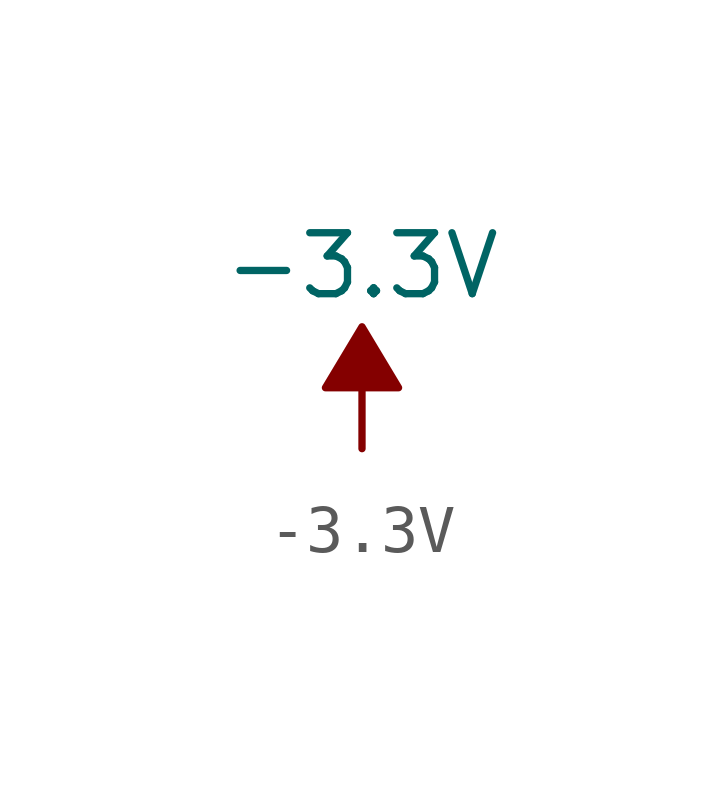
<source format=kicad_sym>
(kicad_symbol_lib
  (version 20211014)
  (generator kicad_symbol_editor)
  (symbol "-3.3V"
    (power)
    (pin_names
      (offset 0))
    (property "Reference" "#PWR"
      (at 0 2.54 0)
      (effects (font (size 1.27 1.27)) hide))
    (property "Value" "-3.3V"
      (at 0 3.81 0)
      (effects (font (size 1.27 1.27))))
    (symbol "-3.3V_0_0"
      (pin power_in line (at 0 0 90) (length 0) hide (name "-3.3V" (effects (font (size 1.27 1.27)))) (number "1" (effects (font (size 1.27 1.27))))))
    (symbol "-3.3V_0_1"
      (polyline (pts (xy 0 0) (xy 0 1.27) (xy 0.762 1.27) (xy 0 2.54) (xy -0.762 1.27) (xy 0 1.27)) (stroke (width 0) (type default) (color 0 0 0 0)) (fill (type outline))))))
</source>
